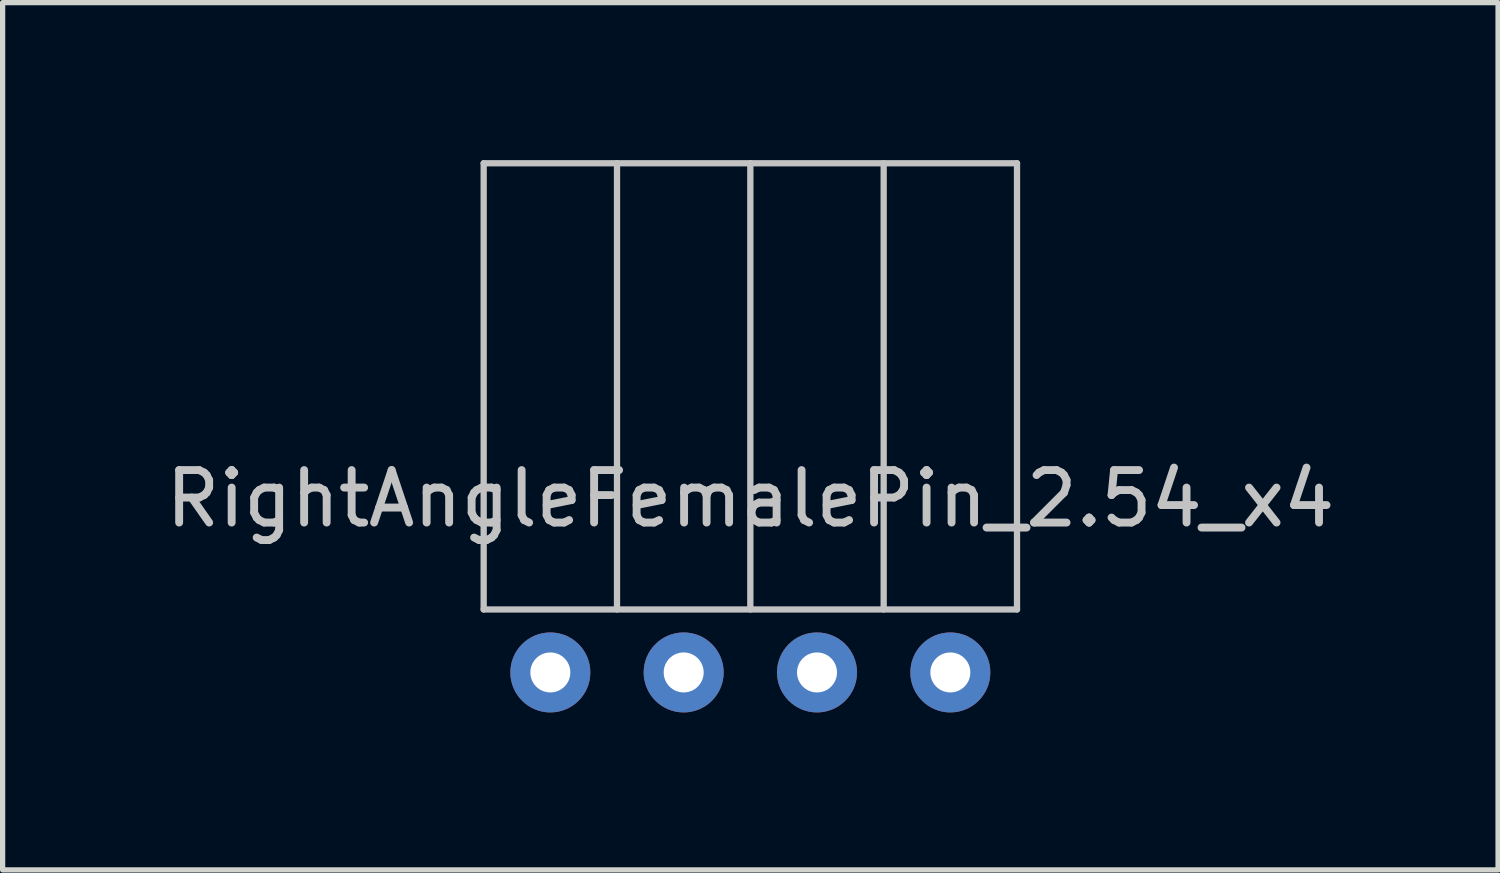
<source format=kicad_pcb>
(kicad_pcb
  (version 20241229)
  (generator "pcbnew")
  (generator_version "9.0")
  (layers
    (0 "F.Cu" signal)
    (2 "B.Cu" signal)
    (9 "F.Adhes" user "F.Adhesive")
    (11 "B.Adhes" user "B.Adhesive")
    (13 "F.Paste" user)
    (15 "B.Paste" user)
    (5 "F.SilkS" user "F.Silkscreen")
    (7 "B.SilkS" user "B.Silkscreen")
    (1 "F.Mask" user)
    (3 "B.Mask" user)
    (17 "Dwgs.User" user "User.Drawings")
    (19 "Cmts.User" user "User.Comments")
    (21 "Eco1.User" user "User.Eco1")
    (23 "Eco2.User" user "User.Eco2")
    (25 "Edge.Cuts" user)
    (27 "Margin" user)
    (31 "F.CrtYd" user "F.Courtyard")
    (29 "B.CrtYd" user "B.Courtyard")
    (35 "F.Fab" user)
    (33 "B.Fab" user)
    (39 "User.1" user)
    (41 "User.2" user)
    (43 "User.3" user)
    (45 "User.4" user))
  (footprint "RightAngleFemalePin_2.54_x4"
    (layer "F.Cu")
    (at 11.244 9.76)
    (property "Reference" "RightAngleFemalePin_2.54_x4" (at 0 -3.31 0) (layer "Dwgs.User") (effects (font (size 1 1) (thickness 0.15))))
    (attr through_hole)
    (fp_line (start -5.08 -9.7) (end 5.08 -9.7) (stroke (width 0.12) (type solid)) (layer "Dwgs.User"))
    (fp_line (start -5.08 -1.2) (end -5.08 -9.7) (stroke (width 0.12) (type solid)) (layer "Dwgs.User"))
    (fp_line (start -5.08 -1.2) (end 5.08 -1.2) (stroke (width 0.12) (type solid)) (layer "Dwgs.User"))
    (fp_line (start -2.54 -1.2) (end -2.54 -9.7) (stroke (width 0.12) (type solid)) (layer "Dwgs.User"))
    (fp_line (start 0 -1.2) (end 0 -9.7) (stroke (width 0.12) (type solid)) (layer "Dwgs.User"))
    (fp_line (start 2.54 -1.2) (end 2.54 -9.7) (stroke (width 0.12) (type solid)) (layer "Dwgs.User"))
    (fp_line (start 5.08 -9.7) (end 5.08 -1.2) (stroke (width 0.12) (type solid)) (layer "Dwgs.User"))
    (pad "1" thru_hole circle (at -3.81 0) (size 1.524 1.524) (drill 0.762) (layers "*.Cu" "*.Mask"))
    (pad "2" thru_hole circle (at -1.27 0) (size 1.524 1.524) (drill 0.762) (layers "*.Cu" "*.Mask"))
    (pad "3" thru_hole circle (at 1.27 0) (size 1.524 1.524) (drill 0.762) (layers "*.Cu" "*.Mask"))
    (pad "4" thru_hole circle (at 3.81 0) (size 1.524 1.524) (drill 0.762) (layers "*.Cu" "*.Mask")))
  (gr_rect
    (start -3 -3)
    (end 25.488 13.522)
    (stroke (width 0.1) (type default))
    (fill no)
    (layer "Edge.Cuts")))
</source>
